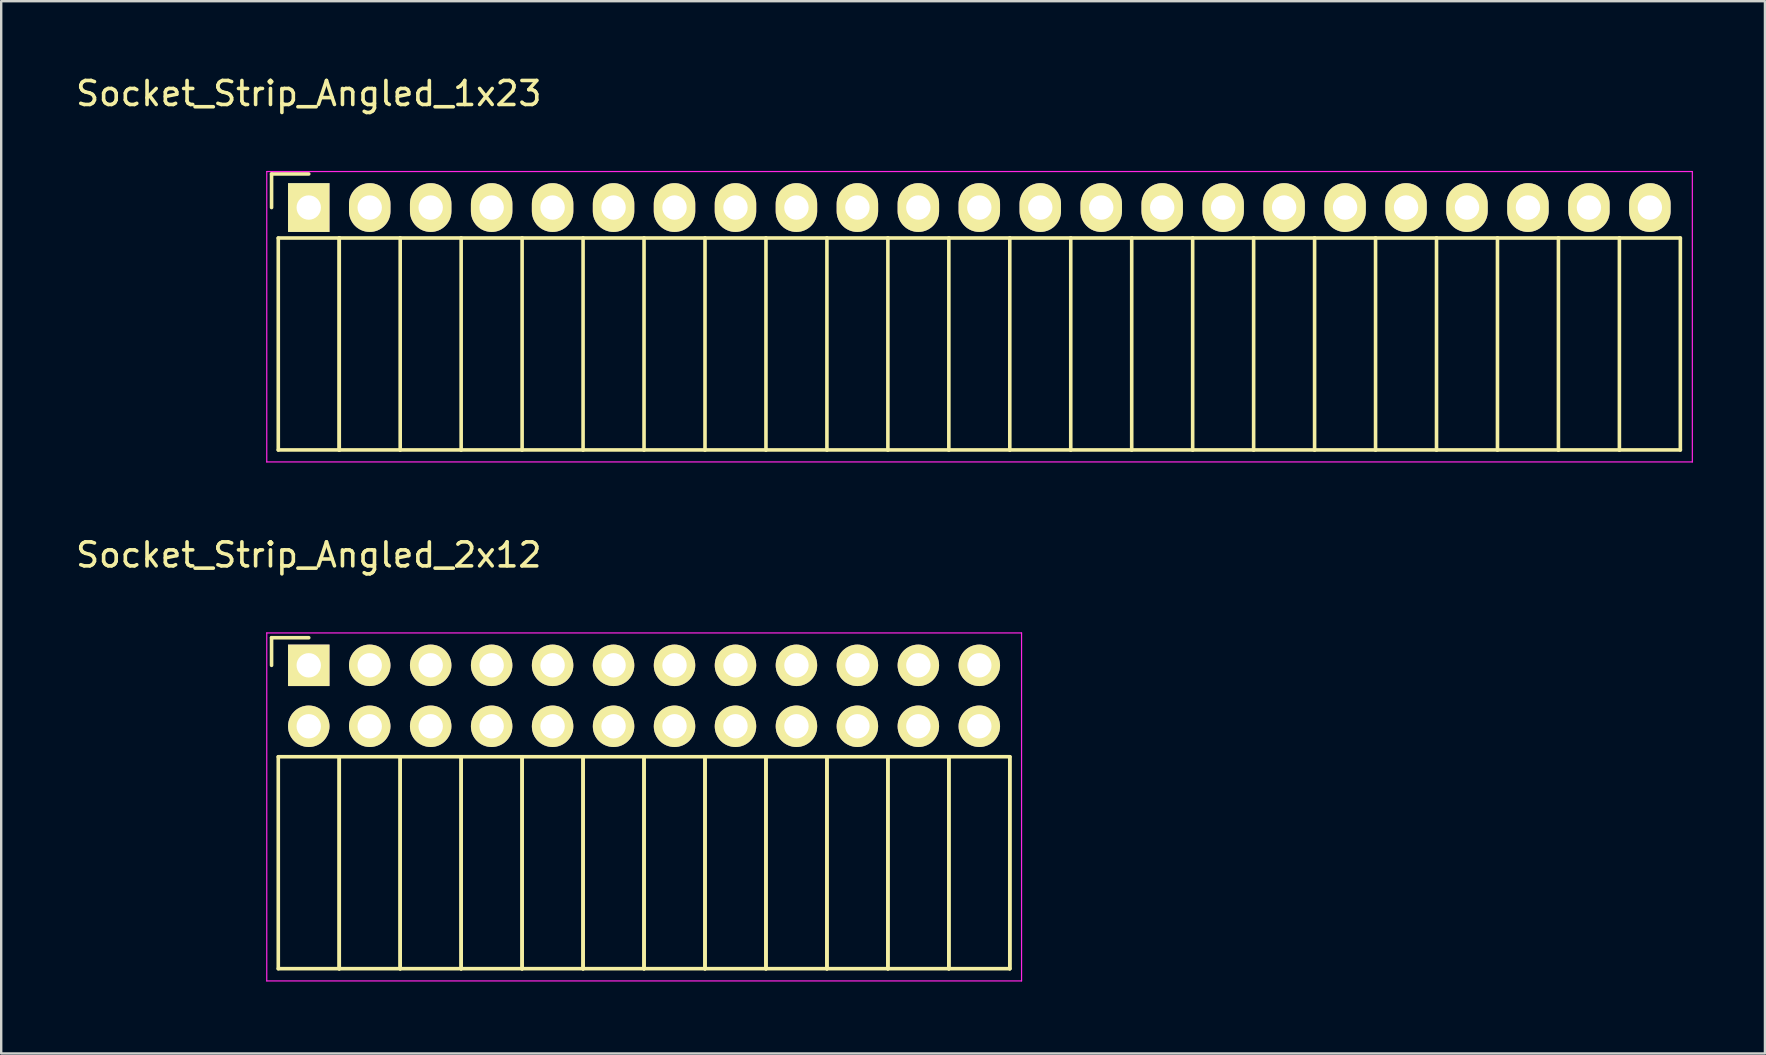
<source format=kicad_pcb>
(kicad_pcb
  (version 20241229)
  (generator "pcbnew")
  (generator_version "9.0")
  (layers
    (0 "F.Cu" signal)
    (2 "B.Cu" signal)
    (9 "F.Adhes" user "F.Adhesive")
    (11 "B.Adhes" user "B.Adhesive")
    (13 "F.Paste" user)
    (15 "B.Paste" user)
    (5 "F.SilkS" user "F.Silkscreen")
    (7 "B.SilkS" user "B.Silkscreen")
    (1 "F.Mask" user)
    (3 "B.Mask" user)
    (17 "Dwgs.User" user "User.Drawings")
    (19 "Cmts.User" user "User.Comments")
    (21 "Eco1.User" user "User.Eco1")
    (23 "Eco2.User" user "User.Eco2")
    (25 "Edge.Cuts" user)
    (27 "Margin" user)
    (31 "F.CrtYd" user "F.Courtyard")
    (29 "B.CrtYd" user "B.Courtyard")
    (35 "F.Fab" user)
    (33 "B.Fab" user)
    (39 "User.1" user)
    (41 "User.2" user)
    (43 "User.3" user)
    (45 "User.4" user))
  (footprint "Socket_Strip_Angled_2x12"
    (layer "F.Cu")
    (at 9.815 24.672)
    (property "Reference" "Socket_Strip_Angled_2x12" (at 0 -4.6 0) (layer "F.SilkS") (effects (font (size 1 1) (thickness 0.15))))
    (attr through_hole)
    (fp_line (start -1.55 -1.15) (end -1.55 0) (stroke (width 0.15) (type solid)) (layer "F.SilkS"))
    (fp_line (start -1.27 3.81) (end -1.27 12.64) (stroke (width 0.15) (type solid)) (layer "F.SilkS"))
    (fp_line (start -1.27 3.81) (end 1.27 3.81) (stroke (width 0.15) (type solid)) (layer "F.SilkS"))
    (fp_line (start -1.27 12.64) (end 1.27 12.64) (stroke (width 0.15) (type solid)) (layer "F.SilkS"))
    (fp_line (start 0 -1.15) (end -1.55 -1.15) (stroke (width 0.15) (type solid)) (layer "F.SilkS"))
    (fp_line (start 1.27 3.81) (end 1.27 12.64) (stroke (width 0.15) (type solid)) (layer "F.SilkS"))
    (fp_line (start 1.27 3.81) (end 3.81 3.81) (stroke (width 0.15) (type solid)) (layer "F.SilkS"))
    (fp_line (start 1.27 12.64) (end 1.27 3.81) (stroke (width 0.15) (type solid)) (layer "F.SilkS"))
    (fp_line (start 1.27 12.64) (end 3.81 12.64) (stroke (width 0.15) (type solid)) (layer "F.SilkS"))
    (fp_line (start 3.81 3.81) (end 3.81 12.64) (stroke (width 0.15) (type solid)) (layer "F.SilkS"))
    (fp_line (start 3.81 3.81) (end 6.35 3.81) (stroke (width 0.15) (type solid)) (layer "F.SilkS"))
    (fp_line (start 3.81 12.64) (end 3.81 3.81) (stroke (width 0.15) (type solid)) (layer "F.SilkS"))
    (fp_line (start 3.81 12.64) (end 6.35 12.64) (stroke (width 0.15) (type solid)) (layer "F.SilkS"))
    (fp_line (start 6.35 3.81) (end 6.35 12.64) (stroke (width 0.15) (type solid)) (layer "F.SilkS"))
    (fp_line (start 6.35 3.81) (end 8.89 3.81) (stroke (width 0.15) (type solid)) (layer "F.SilkS"))
    (fp_line (start 6.35 12.64) (end 6.35 3.81) (stroke (width 0.15) (type solid)) (layer "F.SilkS"))
    (fp_line (start 6.35 12.64) (end 8.89 12.64) (stroke (width 0.15) (type solid)) (layer "F.SilkS"))
    (fp_line (start 8.89 3.81) (end 8.89 12.64) (stroke (width 0.15) (type solid)) (layer "F.SilkS"))
    (fp_line (start 8.89 3.81) (end 11.43 3.81) (stroke (width 0.15) (type solid)) (layer "F.SilkS"))
    (fp_line (start 8.89 12.64) (end 8.89 3.81) (stroke (width 0.15) (type solid)) (layer "F.SilkS"))
    (fp_line (start 8.89 12.64) (end 11.43 12.64) (stroke (width 0.15) (type solid)) (layer "F.SilkS"))
    (fp_line (start 11.43 3.81) (end 11.43 12.64) (stroke (width 0.15) (type solid)) (layer "F.SilkS"))
    (fp_line (start 11.43 3.81) (end 13.97 3.81) (stroke (width 0.15) (type solid)) (layer "F.SilkS"))
    (fp_line (start 11.43 12.64) (end 11.43 3.81) (stroke (width 0.15) (type solid)) (layer "F.SilkS"))
    (fp_line (start 11.43 12.64) (end 13.97 12.64) (stroke (width 0.15) (type solid)) (layer "F.SilkS"))
    (fp_line (start 13.97 3.81) (end 13.97 12.64) (stroke (width 0.15) (type solid)) (layer "F.SilkS"))
    (fp_line (start 13.97 3.81) (end 16.51 3.81) (stroke (width 0.15) (type solid)) (layer "F.SilkS"))
    (fp_line (start 13.97 12.64) (end 13.97 3.81) (stroke (width 0.15) (type solid)) (layer "F.SilkS"))
    (fp_line (start 13.97 12.64) (end 16.51 12.64) (stroke (width 0.15) (type solid)) (layer "F.SilkS"))
    (fp_line (start 16.51 3.81) (end 16.51 12.64) (stroke (width 0.15) (type solid)) (layer "F.SilkS"))
    (fp_line (start 16.51 3.81) (end 19.05 3.81) (stroke (width 0.15) (type solid)) (layer "F.SilkS"))
    (fp_line (start 16.51 12.64) (end 16.51 3.81) (stroke (width 0.15) (type solid)) (layer "F.SilkS"))
    (fp_line (start 16.51 12.64) (end 19.05 12.64) (stroke (width 0.15) (type solid)) (layer "F.SilkS"))
    (fp_line (start 19.05 3.81) (end 19.05 12.64) (stroke (width 0.15) (type solid)) (layer "F.SilkS"))
    (fp_line (start 19.05 3.81) (end 21.59 3.81) (stroke (width 0.15) (type solid)) (layer "F.SilkS"))
    (fp_line (start 19.05 12.64) (end 19.05 3.81) (stroke (width 0.15) (type solid)) (layer "F.SilkS"))
    (fp_line (start 19.05 12.64) (end 21.59 12.64) (stroke (width 0.15) (type solid)) (layer "F.SilkS"))
    (fp_line (start 21.59 3.81) (end 21.59 12.64) (stroke (width 0.15) (type solid)) (layer "F.SilkS"))
    (fp_line (start 21.59 3.81) (end 24.13 3.81) (stroke (width 0.15) (type solid)) (layer "F.SilkS"))
    (fp_line (start 21.59 12.64) (end 21.59 3.81) (stroke (width 0.15) (type solid)) (layer "F.SilkS"))
    (fp_line (start 21.59 12.64) (end 24.13 12.64) (stroke (width 0.15) (type solid)) (layer "F.SilkS"))
    (fp_line (start 24.13 3.81) (end 24.13 12.64) (stroke (width 0.15) (type solid)) (layer "F.SilkS"))
    (fp_line (start 24.13 3.81) (end 26.67 3.81) (stroke (width 0.15) (type solid)) (layer "F.SilkS"))
    (fp_line (start 24.13 12.64) (end 24.13 3.81) (stroke (width 0.15) (type solid)) (layer "F.SilkS"))
    (fp_line (start 24.13 12.64) (end 26.67 12.64) (stroke (width 0.15) (type solid)) (layer "F.SilkS"))
    (fp_line (start 26.67 3.81) (end 26.67 12.64) (stroke (width 0.15) (type solid)) (layer "F.SilkS"))
    (fp_line (start 26.67 3.81) (end 29.21 3.81) (stroke (width 0.15) (type solid)) (layer "F.SilkS"))
    (fp_line (start 26.67 12.64) (end 26.67 3.81) (stroke (width 0.15) (type solid)) (layer "F.SilkS"))
    (fp_line (start 26.67 12.64) (end 29.21 12.64) (stroke (width 0.15) (type solid)) (layer "F.SilkS"))
    (fp_line (start 29.21 3.81) (end 29.21 12.64) (stroke (width 0.15) (type solid)) (layer "F.SilkS"))
    (fp_line (start 29.21 12.64) (end 29.21 3.81) (stroke (width 0.15) (type solid)) (layer "F.SilkS"))
    (fp_line (start -1.75 -1.35) (end -1.75 13.15) (stroke (width 0.05) (type solid)) (layer "F.CrtYd"))
    (fp_line (start -1.75 -1.35) (end 29.7 -1.35) (stroke (width 0.05) (type solid)) (layer "F.CrtYd"))
    (fp_line (start -1.75 13.15) (end 29.7 13.15) (stroke (width 0.05) (type solid)) (layer "F.CrtYd"))
    (fp_line (start 29.7 -1.35) (end 29.7 13.15) (stroke (width 0.05) (type solid)) (layer "F.CrtYd"))
    (pad "1" thru_hole rect (at 0 0) (size 1.727 1.727) (drill 1.016) (layers "*.Cu" "*.Mask" "F.SilkS"))
    (pad "2" thru_hole oval (at 0 2.54) (size 1.727 1.727) (drill 1.016) (layers "*.Cu" "*.Mask" "F.SilkS"))
    (pad "3" thru_hole oval (at 2.54 0) (size 1.727 1.727) (drill 1.016) (layers "*.Cu" "*.Mask" "F.SilkS"))
    (pad "4" thru_hole oval (at 2.54 2.54) (size 1.727 1.727) (drill 1.016) (layers "*.Cu" "*.Mask" "F.SilkS"))
    (pad "5" thru_hole oval (at 5.08 0) (size 1.727 1.727) (drill 1.016) (layers "*.Cu" "*.Mask" "F.SilkS"))
    (pad "6" thru_hole oval (at 5.08 2.54) (size 1.727 1.727) (drill 1.016) (layers "*.Cu" "*.Mask" "F.SilkS"))
    (pad "7" thru_hole oval (at 7.62 0) (size 1.727 1.727) (drill 1.016) (layers "*.Cu" "*.Mask" "F.SilkS"))
    (pad "8" thru_hole oval (at 7.62 2.54) (size 1.727 1.727) (drill 1.016) (layers "*.Cu" "*.Mask" "F.SilkS"))
    (pad "9" thru_hole oval (at 10.16 0) (size 1.727 1.727) (drill 1.016) (layers "*.Cu" "*.Mask" "F.SilkS"))
    (pad "10" thru_hole oval (at 10.16 2.54) (size 1.727 1.727) (drill 1.016) (layers "*.Cu" "*.Mask" "F.SilkS"))
    (pad "11" thru_hole oval (at 12.7 0) (size 1.727 1.727) (drill 1.016) (layers "*.Cu" "*.Mask" "F.SilkS"))
    (pad "12" thru_hole oval (at 12.7 2.54) (size 1.727 1.727) (drill 1.016) (layers "*.Cu" "*.Mask" "F.SilkS"))
    (pad "13" thru_hole oval (at 15.24 0) (size 1.727 1.727) (drill 1.016) (layers "*.Cu" "*.Mask" "F.SilkS"))
    (pad "14" thru_hole oval (at 15.24 2.54) (size 1.727 1.727) (drill 1.016) (layers "*.Cu" "*.Mask" "F.SilkS"))
    (pad "15" thru_hole oval (at 17.78 0) (size 1.727 1.727) (drill 1.016) (layers "*.Cu" "*.Mask" "F.SilkS"))
    (pad "16" thru_hole oval (at 17.78 2.54) (size 1.727 1.727) (drill 1.016) (layers "*.Cu" "*.Mask" "F.SilkS"))
    (pad "17" thru_hole oval (at 20.32 0) (size 1.727 1.727) (drill 1.016) (layers "*.Cu" "*.Mask" "F.SilkS"))
    (pad "18" thru_hole oval (at 20.32 2.54) (size 1.727 1.727) (drill 1.016) (layers "*.Cu" "*.Mask" "F.SilkS"))
    (pad "19" thru_hole oval (at 22.86 0) (size 1.727 1.727) (drill 1.016) (layers "*.Cu" "*.Mask" "F.SilkS"))
    (pad "20" thru_hole oval (at 22.86 2.54) (size 1.727 1.727) (drill 1.016) (layers "*.Cu" "*.Mask" "F.SilkS"))
    (pad "21" thru_hole oval (at 25.4 0) (size 1.727 1.727) (drill 1.016) (layers "*.Cu" "*.Mask" "F.SilkS"))
    (pad "22" thru_hole oval (at 25.4 2.54) (size 1.727 1.727) (drill 1.016) (layers "*.Cu" "*.Mask" "F.SilkS"))
    (pad "23" thru_hole oval (at 27.94 0) (size 1.727 1.727) (drill 1.016) (layers "*.Cu" "*.Mask" "F.SilkS"))
    (pad "24" thru_hole oval (at 27.94 2.54) (size 1.727 1.727) (drill 1.016) (layers "*.Cu" "*.Mask" "F.SilkS")))
  (footprint "Socket_Strip_Angled_1x23"
    (layer "F.Cu")
    (at 9.815 5.598)
    (property "Reference" "Socket_Strip_Angled_1x23" (at 0 -4.75 0) (layer "F.SilkS") (effects (font (size 1 1) (thickness 0.15))))
    (attr through_hole)
    (fp_line (start -1.55 -1.4) (end -1.55 0) (stroke (width 0.15) (type solid)) (layer "F.SilkS"))
    (fp_line (start -1.27 1.27) (end -1.27 10.1) (stroke (width 0.15) (type solid)) (layer "F.SilkS"))
    (fp_line (start -1.27 1.27) (end 1.27 1.27) (stroke (width 0.15) (type solid)) (layer "F.SilkS"))
    (fp_line (start -1.27 10.1) (end 1.27 10.1) (stroke (width 0.15) (type solid)) (layer "F.SilkS"))
    (fp_line (start 0 -1.4) (end -1.55 -1.4) (stroke (width 0.15) (type solid)) (layer "F.SilkS"))
    (fp_line (start 1.27 1.27) (end 1.27 10.1) (stroke (width 0.15) (type solid)) (layer "F.SilkS"))
    (fp_line (start 1.27 1.27) (end 3.81 1.27) (stroke (width 0.15) (type solid)) (layer "F.SilkS"))
    (fp_line (start 1.27 10.1) (end 1.27 1.27) (stroke (width 0.15) (type solid)) (layer "F.SilkS"))
    (fp_line (start 1.27 10.1) (end 3.81 10.1) (stroke (width 0.15) (type solid)) (layer "F.SilkS"))
    (fp_line (start 3.81 1.27) (end 6.35 1.27) (stroke (width 0.15) (type solid)) (layer "F.SilkS"))
    (fp_line (start 3.81 10.1) (end 3.81 1.27) (stroke (width 0.15) (type solid)) (layer "F.SilkS"))
    (fp_line (start 3.81 10.1) (end 6.35 10.1) (stroke (width 0.15) (type solid)) (layer "F.SilkS"))
    (fp_line (start 6.35 1.27) (end 8.89 1.27) (stroke (width 0.15) (type solid)) (layer "F.SilkS"))
    (fp_line (start 6.35 10.1) (end 6.35 1.27) (stroke (width 0.15) (type solid)) (layer "F.SilkS"))
    (fp_line (start 6.35 10.1) (end 8.89 10.1) (stroke (width 0.15) (type solid)) (layer "F.SilkS"))
    (fp_line (start 8.89 1.27) (end 11.43 1.27) (stroke (width 0.15) (type solid)) (layer "F.SilkS"))
    (fp_line (start 8.89 10.1) (end 8.89 1.27) (stroke (width 0.15) (type solid)) (layer "F.SilkS"))
    (fp_line (start 8.89 10.1) (end 11.43 10.1) (stroke (width 0.15) (type solid)) (layer "F.SilkS"))
    (fp_line (start 11.43 1.27) (end 13.97 1.27) (stroke (width 0.15) (type solid)) (layer "F.SilkS"))
    (fp_line (start 11.43 10.1) (end 11.43 1.27) (stroke (width 0.15) (type solid)) (layer "F.SilkS"))
    (fp_line (start 11.43 10.1) (end 13.97 10.1) (stroke (width 0.15) (type solid)) (layer "F.SilkS"))
    (fp_line (start 13.97 1.27) (end 16.51 1.27) (stroke (width 0.15) (type solid)) (layer "F.SilkS"))
    (fp_line (start 13.97 10.1) (end 13.97 1.27) (stroke (width 0.15) (type solid)) (layer "F.SilkS"))
    (fp_line (start 13.97 10.1) (end 16.51 10.1) (stroke (width 0.15) (type solid)) (layer "F.SilkS"))
    (fp_line (start 16.51 1.27) (end 19.05 1.27) (stroke (width 0.15) (type solid)) (layer "F.SilkS"))
    (fp_line (start 16.51 10.1) (end 16.51 1.27) (stroke (width 0.15) (type solid)) (layer "F.SilkS"))
    (fp_line (start 16.51 10.1) (end 19.05 10.1) (stroke (width 0.15) (type solid)) (layer "F.SilkS"))
    (fp_line (start 19.05 1.27) (end 21.59 1.27) (stroke (width 0.15) (type solid)) (layer "F.SilkS"))
    (fp_line (start 19.05 10.1) (end 19.05 1.27) (stroke (width 0.15) (type solid)) (layer "F.SilkS"))
    (fp_line (start 19.05 10.1) (end 21.59 10.1) (stroke (width 0.15) (type solid)) (layer "F.SilkS"))
    (fp_line (start 21.59 1.27) (end 24.13 1.27) (stroke (width 0.15) (type solid)) (layer "F.SilkS"))
    (fp_line (start 21.59 10.1) (end 21.59 1.27) (stroke (width 0.15) (type solid)) (layer "F.SilkS"))
    (fp_line (start 21.59 10.1) (end 24.13 10.1) (stroke (width 0.15) (type solid)) (layer "F.SilkS"))
    (fp_line (start 24.13 1.27) (end 26.67 1.27) (stroke (width 0.15) (type solid)) (layer "F.SilkS"))
    (fp_line (start 24.13 10.1) (end 24.13 1.27) (stroke (width 0.15) (type solid)) (layer "F.SilkS"))
    (fp_line (start 24.13 10.1) (end 26.67 10.1) (stroke (width 0.15) (type solid)) (layer "F.SilkS"))
    (fp_line (start 26.67 1.27) (end 29.21 1.27) (stroke (width 0.15) (type solid)) (layer "F.SilkS"))
    (fp_line (start 26.67 10.1) (end 26.67 1.27) (stroke (width 0.15) (type solid)) (layer "F.SilkS"))
    (fp_line (start 26.67 10.1) (end 29.21 10.1) (stroke (width 0.15) (type solid)) (layer "F.SilkS"))
    (fp_line (start 29.21 1.27) (end 31.75 1.27) (stroke (width 0.15) (type solid)) (layer "F.SilkS"))
    (fp_line (start 29.21 10.1) (end 29.21 1.27) (stroke (width 0.15) (type solid)) (layer "F.SilkS"))
    (fp_line (start 29.21 10.1) (end 31.75 10.1) (stroke (width 0.15) (type solid)) (layer "F.SilkS"))
    (fp_line (start 31.75 1.27) (end 34.29 1.27) (stroke (width 0.15) (type solid)) (layer "F.SilkS"))
    (fp_line (start 31.75 10.1) (end 31.75 1.27) (stroke (width 0.15) (type solid)) (layer "F.SilkS"))
    (fp_line (start 31.75 10.1) (end 34.29 10.1) (stroke (width 0.15) (type solid)) (layer "F.SilkS"))
    (fp_line (start 34.29 1.27) (end 36.83 1.27) (stroke (width 0.15) (type solid)) (layer "F.SilkS"))
    (fp_line (start 34.29 10.1) (end 34.29 1.27) (stroke (width 0.15) (type solid)) (layer "F.SilkS"))
    (fp_line (start 34.29 10.1) (end 36.83 10.1) (stroke (width 0.15) (type solid)) (layer "F.SilkS"))
    (fp_line (start 36.83 1.27) (end 39.37 1.27) (stroke (width 0.15) (type solid)) (layer "F.SilkS"))
    (fp_line (start 36.83 10.1) (end 36.83 1.27) (stroke (width 0.15) (type solid)) (layer "F.SilkS"))
    (fp_line (start 36.83 10.1) (end 39.37 10.1) (stroke (width 0.15) (type solid)) (layer "F.SilkS"))
    (fp_line (start 39.37 1.27) (end 41.91 1.27) (stroke (width 0.15) (type solid)) (layer "F.SilkS"))
    (fp_line (start 39.37 10.1) (end 39.37 1.27) (stroke (width 0.15) (type solid)) (layer "F.SilkS"))
    (fp_line (start 39.37 10.1) (end 41.91 10.1) (stroke (width 0.15) (type solid)) (layer "F.SilkS"))
    (fp_line (start 41.91 1.27) (end 44.45 1.27) (stroke (width 0.15) (type solid)) (layer "F.SilkS"))
    (fp_line (start 41.91 10.1) (end 41.91 1.27) (stroke (width 0.15) (type solid)) (layer "F.SilkS"))
    (fp_line (start 41.91 10.1) (end 44.45 10.1) (stroke (width 0.15) (type solid)) (layer "F.SilkS"))
    (fp_line (start 44.45 1.27) (end 46.99 1.27) (stroke (width 0.15) (type solid)) (layer "F.SilkS"))
    (fp_line (start 44.45 10.1) (end 44.45 1.27) (stroke (width 0.15) (type solid)) (layer "F.SilkS"))
    (fp_line (start 44.45 10.1) (end 46.99 10.1) (stroke (width 0.15) (type solid)) (layer "F.SilkS"))
    (fp_line (start 46.99 1.27) (end 49.53 1.27) (stroke (width 0.15) (type solid)) (layer "F.SilkS"))
    (fp_line (start 46.99 10.1) (end 46.99 1.27) (stroke (width 0.15) (type solid)) (layer "F.SilkS"))
    (fp_line (start 46.99 10.1) (end 49.53 10.1) (stroke (width 0.15) (type solid)) (layer "F.SilkS"))
    (fp_line (start 49.53 1.27) (end 52.07 1.27) (stroke (width 0.15) (type solid)) (layer "F.SilkS"))
    (fp_line (start 49.53 10.1) (end 49.53 1.27) (stroke (width 0.15) (type solid)) (layer "F.SilkS"))
    (fp_line (start 49.53 10.1) (end 52.07 10.1) (stroke (width 0.15) (type solid)) (layer "F.SilkS"))
    (fp_line (start 52.07 1.27) (end 54.61 1.27) (stroke (width 0.15) (type solid)) (layer "F.SilkS"))
    (fp_line (start 52.07 10.1) (end 52.07 1.27) (stroke (width 0.15) (type solid)) (layer "F.SilkS"))
    (fp_line (start 52.07 10.1) (end 54.61 10.1) (stroke (width 0.15) (type solid)) (layer "F.SilkS"))
    (fp_line (start 54.61 1.27) (end 57.15 1.27) (stroke (width 0.15) (type solid)) (layer "F.SilkS"))
    (fp_line (start 54.61 10.1) (end 54.61 1.27) (stroke (width 0.15) (type solid)) (layer "F.SilkS"))
    (fp_line (start 54.61 10.1) (end 57.15 10.1) (stroke (width 0.15) (type solid)) (layer "F.SilkS"))
    (fp_line (start 57.15 10.1) (end 57.15 1.27) (stroke (width 0.15) (type solid)) (layer "F.SilkS"))
    (fp_line (start -1.75 -1.5) (end -1.75 10.6) (stroke (width 0.05) (type solid)) (layer "F.CrtYd"))
    (fp_line (start -1.75 -1.5) (end 57.65 -1.5) (stroke (width 0.05) (type solid)) (layer "F.CrtYd"))
    (fp_line (start -1.75 10.6) (end 57.65 10.6) (stroke (width 0.05) (type solid)) (layer "F.CrtYd"))
    (fp_line (start 57.65 -1.5) (end 57.65 10.6) (stroke (width 0.05) (type solid)) (layer "F.CrtYd"))
    (pad "1" thru_hole rect (at 0 0) (size 1.727 2.032) (drill 1.016) (layers "*.Cu" "*.Mask" "F.SilkS"))
    (pad "2" thru_hole oval (at 2.54 0) (size 1.727 2.032) (drill 1.016) (layers "*.Cu" "*.Mask" "F.SilkS"))
    (pad "3" thru_hole oval (at 5.08 0) (size 1.727 2.032) (drill 1.016) (layers "*.Cu" "*.Mask" "F.SilkS"))
    (pad "4" thru_hole oval (at 7.62 0) (size 1.727 2.032) (drill 1.016) (layers "*.Cu" "*.Mask" "F.SilkS"))
    (pad "5" thru_hole oval (at 10.16 0) (size 1.727 2.032) (drill 1.016) (layers "*.Cu" "*.Mask" "F.SilkS"))
    (pad "6" thru_hole oval (at 12.7 0) (size 1.727 2.032) (drill 1.016) (layers "*.Cu" "*.Mask" "F.SilkS"))
    (pad "7" thru_hole oval (at 15.24 0) (size 1.727 2.032) (drill 1.016) (layers "*.Cu" "*.Mask" "F.SilkS"))
    (pad "8" thru_hole oval (at 17.78 0) (size 1.727 2.032) (drill 1.016) (layers "*.Cu" "*.Mask" "F.SilkS"))
    (pad "9" thru_hole oval (at 20.32 0) (size 1.727 2.032) (drill 1.016) (layers "*.Cu" "*.Mask" "F.SilkS"))
    (pad "10" thru_hole oval (at 22.86 0) (size 1.727 2.032) (drill 1.016) (layers "*.Cu" "*.Mask" "F.SilkS"))
    (pad "11" thru_hole oval (at 25.4 0) (size 1.727 2.032) (drill 1.016) (layers "*.Cu" "*.Mask" "F.SilkS"))
    (pad "12" thru_hole oval (at 27.94 0) (size 1.727 2.032) (drill 1.016) (layers "*.Cu" "*.Mask" "F.SilkS"))
    (pad "13" thru_hole oval (at 30.48 0) (size 1.727 2.032) (drill 1.016) (layers "*.Cu" "*.Mask" "F.SilkS"))
    (pad "14" thru_hole oval (at 33.02 0) (size 1.727 2.032) (drill 1.016) (layers "*.Cu" "*.Mask" "F.SilkS"))
    (pad "15" thru_hole oval (at 35.56 0) (size 1.727 2.032) (drill 1.016) (layers "*.Cu" "*.Mask" "F.SilkS"))
    (pad "16" thru_hole oval (at 38.1 0) (size 1.727 2.032) (drill 1.016) (layers "*.Cu" "*.Mask" "F.SilkS"))
    (pad "17" thru_hole oval (at 40.64 0) (size 1.727 2.032) (drill 1.016) (layers "*.Cu" "*.Mask" "F.SilkS"))
    (pad "18" thru_hole oval (at 43.18 0) (size 1.727 2.032) (drill 1.016) (layers "*.Cu" "*.Mask" "F.SilkS"))
    (pad "19" thru_hole oval (at 45.72 0) (size 1.727 2.032) (drill 1.016) (layers "*.Cu" "*.Mask" "F.SilkS"))
    (pad "20" thru_hole oval (at 48.26 0) (size 1.727 2.032) (drill 1.016) (layers "*.Cu" "*.Mask" "F.SilkS"))
    (pad "21" thru_hole oval (at 50.8 0) (size 1.727 2.032) (drill 1.016) (layers "*.Cu" "*.Mask" "F.SilkS"))
    (pad "22" thru_hole oval (at 53.34 0) (size 1.727 2.032) (drill 1.016) (layers "*.Cu" "*.Mask" "F.SilkS"))
    (pad "23" thru_hole oval (at 55.88 0) (size 1.727 2.032) (drill 1.016) (layers "*.Cu" "*.Mask" "F.SilkS")))
  (gr_rect
    (start -3 -3)
    (end 70.49 40.846)
    (stroke (width 0.1) (type default))
    (fill no)
    (layer "Edge.Cuts")))
</source>
